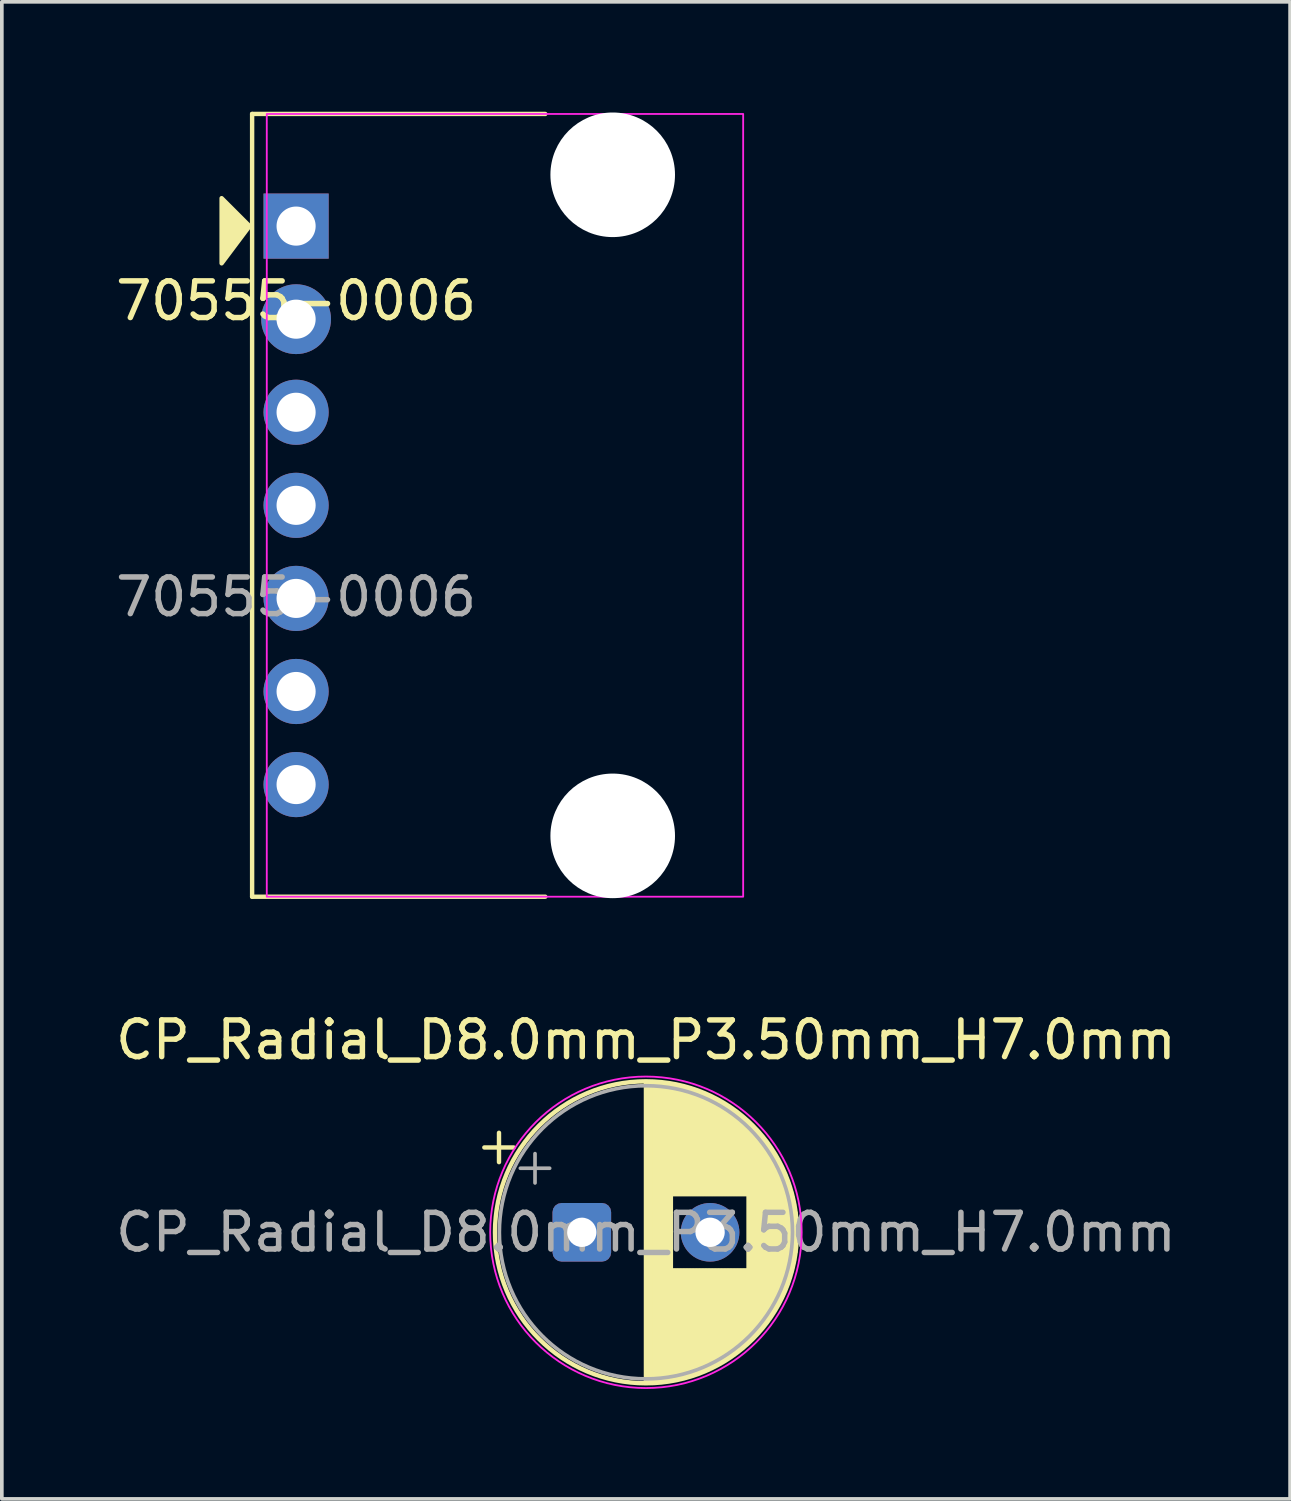
<source format=kicad_pcb>
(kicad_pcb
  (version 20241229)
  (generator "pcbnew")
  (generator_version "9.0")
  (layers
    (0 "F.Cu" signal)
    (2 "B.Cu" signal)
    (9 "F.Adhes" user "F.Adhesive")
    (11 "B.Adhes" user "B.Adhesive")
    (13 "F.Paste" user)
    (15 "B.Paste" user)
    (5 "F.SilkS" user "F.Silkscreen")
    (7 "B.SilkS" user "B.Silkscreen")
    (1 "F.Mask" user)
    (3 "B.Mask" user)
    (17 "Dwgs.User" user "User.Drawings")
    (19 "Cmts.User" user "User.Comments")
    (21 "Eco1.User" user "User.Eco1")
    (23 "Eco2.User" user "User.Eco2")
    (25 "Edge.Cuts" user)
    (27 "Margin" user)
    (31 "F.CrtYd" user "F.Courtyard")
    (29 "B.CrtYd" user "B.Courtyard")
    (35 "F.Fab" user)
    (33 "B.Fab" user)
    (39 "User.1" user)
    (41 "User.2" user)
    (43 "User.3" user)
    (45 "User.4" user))
  (footprint "70555-0006"
    (layer "F.Cu")
    (at 5.03 10.74)
    (property "Reference" "70555-0006" (at 0 -5.58 0) (unlocked yes) (layer "F.SilkS") (effects (font (size 1 1) (thickness 0.15))))
    (attr through_hole)
    (fp_line (start -1.2 -10.68) (end -1.2 10.68) (stroke (width 0.12) (type solid)) (layer "F.SilkS"))
    (fp_line (start -1.2 10.68) (end 6.8 10.68) (stroke (width 0.12) (type solid)) (layer "F.SilkS"))
    (fp_line (start 6.8 -10.68) (end -1.2 -10.68) (stroke (width 0.12) (type solid)) (layer "F.SilkS"))
    (fp_poly (pts (xy -1.27 -7.62) (xy -2.032 -6.604) (xy -2.032 -8.382)) (stroke (width 0.12) (type solid)) (fill yes) (layer "F.SilkS"))
    (fp_rect (start -0.8 -10.68) (end 12.2 10.68) (stroke (width 0.05) (type solid)) (fill no) (layer "F.CrtYd"))
    (fp_text user "${REFERENCE}" (at 0 2.5 0) (unlocked yes) (layer "F.Fab") (effects (font (size 1 1) (thickness 0.15))))
    (pad "" np_thru_hole circle (at 8.64 -9.02) (size 3.4 3.4) (drill 3.4) (layers "*.Cu" "*.Mask"))
    (pad "" np_thru_hole circle (at 8.64 9.02) (size 3.4 3.4) (drill 3.4) (layers "*.Cu" "*.Mask"))
    (pad "1" thru_hole rect (at 0 -7.62) (size 1.778 1.778) (drill 1.067) (layers "*.Cu" "*.Mask"))
    (pad "2" thru_hole circle (at 0 -5.08) (size 1.905 1.905) (drill 1.067) (layers "*.Cu" "*.Mask"))
    (pad "3" thru_hole circle (at 0 -2.54) (size 1.778 1.778) (drill 1.067) (layers "*.Cu" "*.Mask"))
    (pad "4" thru_hole circle (at 0 0) (size 1.778 1.778) (drill 1.067) (layers "*.Cu" "*.Mask"))
    (pad "5" thru_hole circle (at 0 2.54) (size 1.778 1.778) (drill 1.067) (layers "*.Cu" "*.Mask"))
    (pad "6" thru_hole circle (at 0 5.08) (size 1.778 1.778) (drill 1.067) (layers "*.Cu" "*.Mask"))
    (pad "7" thru_hole circle (at 0 7.62) (size 1.778 1.778) (drill 1.067) (layers "*.Cu" "*.Mask")))
  (footprint "CP_Radial_D8.0mm_P3.50mm_H7.0mm"
    (layer "F.Cu")
    (at 12.827 30.578)
    (property "Reference" "CP_Radial_D8.0mm_P3.50mm_H7.0mm" (at 1.75 -5.25 0) (layer "F.SilkS") (effects (font (size 1 1) (thickness 0.15))))
    (attr through_hole)
    (fp_line (start -2.66 -2.315) (end -1.86 -2.315) (stroke (width 0.12) (type solid)) (layer "F.SilkS"))
    (fp_line (start -2.26 -2.715) (end -2.26 -1.915) (stroke (width 0.12) (type solid)) (layer "F.SilkS"))
    (fp_line (start 1.75 -4.08) (end 1.75 4.08) (stroke (width 0.12) (type solid)) (layer "F.SilkS"))
    (fp_line (start 1.79 -4.08) (end 1.79 4.08) (stroke (width 0.12) (type solid)) (layer "F.SilkS"))
    (fp_line (start 1.83 -4.079) (end 1.83 4.079) (stroke (width 0.12) (type solid)) (layer "F.SilkS"))
    (fp_line (start 1.87 -4.078) (end 1.87 4.078) (stroke (width 0.12) (type solid)) (layer "F.SilkS"))
    (fp_line (start 1.91 -4.077) (end 1.91 4.077) (stroke (width 0.12) (type solid)) (layer "F.SilkS"))
    (fp_line (start 1.95 -4.075) (end 1.95 4.075) (stroke (width 0.12) (type solid)) (layer "F.SilkS"))
    (fp_line (start 1.99 -4.073) (end 1.99 4.073) (stroke (width 0.12) (type solid)) (layer "F.SilkS"))
    (fp_line (start 2.03 -4.07) (end 2.03 4.07) (stroke (width 0.12) (type solid)) (layer "F.SilkS"))
    (fp_line (start 2.07 -4.068) (end 2.07 4.068) (stroke (width 0.12) (type solid)) (layer "F.SilkS"))
    (fp_line (start 2.11 -4.064) (end 2.11 4.064) (stroke (width 0.12) (type solid)) (layer "F.SilkS"))
    (fp_line (start 2.15 -4.061) (end 2.15 4.061) (stroke (width 0.12) (type solid)) (layer "F.SilkS"))
    (fp_line (start 2.19 -4.056) (end 2.19 4.056) (stroke (width 0.12) (type solid)) (layer "F.SilkS"))
    (fp_line (start 2.23 -4.052) (end 2.23 4.052) (stroke (width 0.12) (type solid)) (layer "F.SilkS"))
    (fp_line (start 2.27 -4.047) (end 2.27 4.047) (stroke (width 0.12) (type solid)) (layer "F.SilkS"))
    (fp_line (start 2.31 -4.042) (end 2.31 4.042) (stroke (width 0.12) (type solid)) (layer "F.SilkS"))
    (fp_line (start 2.35 -4.036) (end 2.35 4.036) (stroke (width 0.12) (type solid)) (layer "F.SilkS"))
    (fp_line (start 2.39 -4.03) (end 2.39 4.03) (stroke (width 0.12) (type solid)) (layer "F.SilkS"))
    (fp_line (start 2.43 -4.023) (end 2.43 4.023) (stroke (width 0.12) (type solid)) (layer "F.SilkS"))
    (fp_line (start 2.47 -4.017) (end 2.47 -1.04) (stroke (width 0.12) (type solid)) (layer "F.SilkS"))
    (fp_line (start 2.47 1.04) (end 2.47 4.017) (stroke (width 0.12) (type solid)) (layer "F.SilkS"))
    (fp_line (start 2.51 -4.009) (end 2.51 -1.04) (stroke (width 0.12) (type solid)) (layer "F.SilkS"))
    (fp_line (start 2.51 1.04) (end 2.51 4.009) (stroke (width 0.12) (type solid)) (layer "F.SilkS"))
    (fp_line (start 2.55 -4.002) (end 2.55 -1.04) (stroke (width 0.12) (type solid)) (layer "F.SilkS"))
    (fp_line (start 2.55 1.04) (end 2.55 4.002) (stroke (width 0.12) (type solid)) (layer "F.SilkS"))
    (fp_line (start 2.59 -3.993) (end 2.59 -1.04) (stroke (width 0.12) (type solid)) (layer "F.SilkS"))
    (fp_line (start 2.59 1.04) (end 2.59 3.993) (stroke (width 0.12) (type solid)) (layer "F.SilkS"))
    (fp_line (start 2.63 -3.985) (end 2.63 -1.04) (stroke (width 0.12) (type solid)) (layer "F.SilkS"))
    (fp_line (start 2.63 1.04) (end 2.63 3.985) (stroke (width 0.12) (type solid)) (layer "F.SilkS"))
    (fp_line (start 2.67 -3.976) (end 2.67 -1.04) (stroke (width 0.12) (type solid)) (layer "F.SilkS"))
    (fp_line (start 2.67 1.04) (end 2.67 3.976) (stroke (width 0.12) (type solid)) (layer "F.SilkS"))
    (fp_line (start 2.71 -3.967) (end 2.71 -1.04) (stroke (width 0.12) (type solid)) (layer "F.SilkS"))
    (fp_line (start 2.71 1.04) (end 2.71 3.967) (stroke (width 0.12) (type solid)) (layer "F.SilkS"))
    (fp_line (start 2.75 -3.957) (end 2.75 -1.04) (stroke (width 0.12) (type solid)) (layer "F.SilkS"))
    (fp_line (start 2.75 1.04) (end 2.75 3.957) (stroke (width 0.12) (type solid)) (layer "F.SilkS"))
    (fp_line (start 2.79 -3.947) (end 2.79 -1.04) (stroke (width 0.12) (type solid)) (layer "F.SilkS"))
    (fp_line (start 2.79 1.04) (end 2.79 3.947) (stroke (width 0.12) (type solid)) (layer "F.SilkS"))
    (fp_line (start 2.83 -3.936) (end 2.83 -1.04) (stroke (width 0.12) (type solid)) (layer "F.SilkS"))
    (fp_line (start 2.83 1.04) (end 2.83 3.936) (stroke (width 0.12) (type solid)) (layer "F.SilkS"))
    (fp_line (start 2.87 -3.925) (end 2.87 -1.04) (stroke (width 0.12) (type solid)) (layer "F.SilkS"))
    (fp_line (start 2.87 1.04) (end 2.87 3.925) (stroke (width 0.12) (type solid)) (layer "F.SilkS"))
    (fp_line (start 2.91 -3.913) (end 2.91 -1.04) (stroke (width 0.12) (type solid)) (layer "F.SilkS"))
    (fp_line (start 2.91 1.04) (end 2.91 3.913) (stroke (width 0.12) (type solid)) (layer "F.SilkS"))
    (fp_line (start 2.95 -3.901) (end 2.95 -1.04) (stroke (width 0.12) (type solid)) (layer "F.SilkS"))
    (fp_line (start 2.95 1.04) (end 2.95 3.901) (stroke (width 0.12) (type solid)) (layer "F.SilkS"))
    (fp_line (start 2.99 -3.889) (end 2.99 -1.04) (stroke (width 0.12) (type solid)) (layer "F.SilkS"))
    (fp_line (start 2.99 1.04) (end 2.99 3.889) (stroke (width 0.12) (type solid)) (layer "F.SilkS"))
    (fp_line (start 3.03 -3.876) (end 3.03 -1.04) (stroke (width 0.12) (type solid)) (layer "F.SilkS"))
    (fp_line (start 3.03 1.04) (end 3.03 3.876) (stroke (width 0.12) (type solid)) (layer "F.SilkS"))
    (fp_line (start 3.07 -3.863) (end 3.07 -1.04) (stroke (width 0.12) (type solid)) (layer "F.SilkS"))
    (fp_line (start 3.07 1.04) (end 3.07 3.863) (stroke (width 0.12) (type solid)) (layer "F.SilkS"))
    (fp_line (start 3.11 -3.849) (end 3.11 -1.04) (stroke (width 0.12) (type solid)) (layer "F.SilkS"))
    (fp_line (start 3.11 1.04) (end 3.11 3.849) (stroke (width 0.12) (type solid)) (layer "F.SilkS"))
    (fp_line (start 3.15 -3.835) (end 3.15 -1.04) (stroke (width 0.12) (type solid)) (layer "F.SilkS"))
    (fp_line (start 3.15 1.04) (end 3.15 3.835) (stroke (width 0.12) (type solid)) (layer "F.SilkS"))
    (fp_line (start 3.19 -3.82) (end 3.19 -1.04) (stroke (width 0.12) (type solid)) (layer "F.SilkS"))
    (fp_line (start 3.19 1.04) (end 3.19 3.82) (stroke (width 0.12) (type solid)) (layer "F.SilkS"))
    (fp_line (start 3.23 -3.805) (end 3.23 -1.04) (stroke (width 0.12) (type solid)) (layer "F.SilkS"))
    (fp_line (start 3.23 1.04) (end 3.23 3.805) (stroke (width 0.12) (type solid)) (layer "F.SilkS"))
    (fp_line (start 3.27 -3.789) (end 3.27 -1.04) (stroke (width 0.12) (type solid)) (layer "F.SilkS"))
    (fp_line (start 3.27 1.04) (end 3.27 3.789) (stroke (width 0.12) (type solid)) (layer "F.SilkS"))
    (fp_line (start 3.31 -3.773) (end 3.31 -1.04) (stroke (width 0.12) (type solid)) (layer "F.SilkS"))
    (fp_line (start 3.31 1.04) (end 3.31 3.773) (stroke (width 0.12) (type solid)) (layer "F.SilkS"))
    (fp_line (start 3.35 -3.757) (end 3.35 -1.04) (stroke (width 0.12) (type solid)) (layer "F.SilkS"))
    (fp_line (start 3.35 1.04) (end 3.35 3.757) (stroke (width 0.12) (type solid)) (layer "F.SilkS"))
    (fp_line (start 3.39 -3.74) (end 3.39 -1.04) (stroke (width 0.12) (type solid)) (layer "F.SilkS"))
    (fp_line (start 3.39 1.04) (end 3.39 3.74) (stroke (width 0.12) (type solid)) (layer "F.SilkS"))
    (fp_line (start 3.43 -3.722) (end 3.43 -1.04) (stroke (width 0.12) (type solid)) (layer "F.SilkS"))
    (fp_line (start 3.43 1.04) (end 3.43 3.722) (stroke (width 0.12) (type solid)) (layer "F.SilkS"))
    (fp_line (start 3.47 -3.704) (end 3.47 -1.04) (stroke (width 0.12) (type solid)) (layer "F.SilkS"))
    (fp_line (start 3.47 1.04) (end 3.47 3.704) (stroke (width 0.12) (type solid)) (layer "F.SilkS"))
    (fp_line (start 3.51 -3.685) (end 3.51 -1.04) (stroke (width 0.12) (type solid)) (layer "F.SilkS"))
    (fp_line (start 3.51 1.04) (end 3.51 3.685) (stroke (width 0.12) (type solid)) (layer "F.SilkS"))
    (fp_line (start 3.55 -3.666) (end 3.55 -1.04) (stroke (width 0.12) (type solid)) (layer "F.SilkS"))
    (fp_line (start 3.55 1.04) (end 3.55 3.666) (stroke (width 0.12) (type solid)) (layer "F.SilkS"))
    (fp_line (start 3.59 -3.646) (end 3.59 -1.04) (stroke (width 0.12) (type solid)) (layer "F.SilkS"))
    (fp_line (start 3.59 1.04) (end 3.59 3.646) (stroke (width 0.12) (type solid)) (layer "F.SilkS"))
    (fp_line (start 3.63 -3.626) (end 3.63 -1.04) (stroke (width 0.12) (type solid)) (layer "F.SilkS"))
    (fp_line (start 3.63 1.04) (end 3.63 3.626) (stroke (width 0.12) (type solid)) (layer "F.SilkS"))
    (fp_line (start 3.67 -3.605) (end 3.67 -1.04) (stroke (width 0.12) (type solid)) (layer "F.SilkS"))
    (fp_line (start 3.67 1.04) (end 3.67 3.605) (stroke (width 0.12) (type solid)) (layer "F.SilkS"))
    (fp_line (start 3.71 -3.584) (end 3.71 -1.04) (stroke (width 0.12) (type solid)) (layer "F.SilkS"))
    (fp_line (start 3.71 1.04) (end 3.71 3.584) (stroke (width 0.12) (type solid)) (layer "F.SilkS"))
    (fp_line (start 3.75 -3.562) (end 3.75 -1.04) (stroke (width 0.12) (type solid)) (layer "F.SilkS"))
    (fp_line (start 3.75 1.04) (end 3.75 3.562) (stroke (width 0.12) (type solid)) (layer "F.SilkS"))
    (fp_line (start 3.79 -3.539) (end 3.79 -1.04) (stroke (width 0.12) (type solid)) (layer "F.SilkS"))
    (fp_line (start 3.79 1.04) (end 3.79 3.539) (stroke (width 0.12) (type solid)) (layer "F.SilkS"))
    (fp_line (start 3.83 -3.516) (end 3.83 -1.04) (stroke (width 0.12) (type solid)) (layer "F.SilkS"))
    (fp_line (start 3.83 1.04) (end 3.83 3.516) (stroke (width 0.12) (type solid)) (layer "F.SilkS"))
    (fp_line (start 3.87 -3.493) (end 3.87 -1.04) (stroke (width 0.12) (type solid)) (layer "F.SilkS"))
    (fp_line (start 3.87 1.04) (end 3.87 3.493) (stroke (width 0.12) (type solid)) (layer "F.SilkS"))
    (fp_line (start 3.91 -3.468) (end 3.91 -1.04) (stroke (width 0.12) (type solid)) (layer "F.SilkS"))
    (fp_line (start 3.91 1.04) (end 3.91 3.468) (stroke (width 0.12) (type solid)) (layer "F.SilkS"))
    (fp_line (start 3.95 -3.443) (end 3.95 -1.04) (stroke (width 0.12) (type solid)) (layer "F.SilkS"))
    (fp_line (start 3.95 1.04) (end 3.95 3.443) (stroke (width 0.12) (type solid)) (layer "F.SilkS"))
    (fp_line (start 3.99 -3.418) (end 3.99 -1.04) (stroke (width 0.12) (type solid)) (layer "F.SilkS"))
    (fp_line (start 3.99 1.04) (end 3.99 3.418) (stroke (width 0.12) (type solid)) (layer "F.SilkS"))
    (fp_line (start 4.03 -3.392) (end 4.03 -1.04) (stroke (width 0.12) (type solid)) (layer "F.SilkS"))
    (fp_line (start 4.03 1.04) (end 4.03 3.392) (stroke (width 0.12) (type solid)) (layer "F.SilkS"))
    (fp_line (start 4.07 -3.365) (end 4.07 -1.04) (stroke (width 0.12) (type solid)) (layer "F.SilkS"))
    (fp_line (start 4.07 1.04) (end 4.07 3.365) (stroke (width 0.12) (type solid)) (layer "F.SilkS"))
    (fp_line (start 4.11 -3.337) (end 4.11 -1.04) (stroke (width 0.12) (type solid)) (layer "F.SilkS"))
    (fp_line (start 4.11 1.04) (end 4.11 3.337) (stroke (width 0.12) (type solid)) (layer "F.SilkS"))
    (fp_line (start 4.15 -3.309) (end 4.15 -1.04) (stroke (width 0.12) (type solid)) (layer "F.SilkS"))
    (fp_line (start 4.15 1.04) (end 4.15 3.309) (stroke (width 0.12) (type solid)) (layer "F.SilkS"))
    (fp_line (start 4.19 -3.28) (end 4.19 -1.04) (stroke (width 0.12) (type solid)) (layer "F.SilkS"))
    (fp_line (start 4.19 1.04) (end 4.19 3.28) (stroke (width 0.12) (type solid)) (layer "F.SilkS"))
    (fp_line (start 4.23 -3.25) (end 4.23 -1.04) (stroke (width 0.12) (type solid)) (layer "F.SilkS"))
    (fp_line (start 4.23 1.04) (end 4.23 3.25) (stroke (width 0.12) (type solid)) (layer "F.SilkS"))
    (fp_line (start 4.27 -3.219) (end 4.27 -1.04) (stroke (width 0.12) (type solid)) (layer "F.SilkS"))
    (fp_line (start 4.27 1.04) (end 4.27 3.219) (stroke (width 0.12) (type solid)) (layer "F.SilkS"))
    (fp_line (start 4.31 -3.188) (end 4.31 -1.04) (stroke (width 0.12) (type solid)) (layer "F.SilkS"))
    (fp_line (start 4.31 1.04) (end 4.31 3.188) (stroke (width 0.12) (type solid)) (layer "F.SilkS"))
    (fp_line (start 4.35 -3.156) (end 4.35 -1.04) (stroke (width 0.12) (type solid)) (layer "F.SilkS"))
    (fp_line (start 4.35 1.04) (end 4.35 3.156) (stroke (width 0.12) (type solid)) (layer "F.SilkS"))
    (fp_line (start 4.39 -3.123) (end 4.39 -1.04) (stroke (width 0.12) (type solid)) (layer "F.SilkS"))
    (fp_line (start 4.39 1.04) (end 4.39 3.123) (stroke (width 0.12) (type solid)) (layer "F.SilkS"))
    (fp_line (start 4.43 -3.089) (end 4.43 -1.04) (stroke (width 0.12) (type solid)) (layer "F.SilkS"))
    (fp_line (start 4.43 1.04) (end 4.43 3.089) (stroke (width 0.12) (type solid)) (layer "F.SilkS"))
    (fp_line (start 4.47 -3.055) (end 4.47 -1.04) (stroke (width 0.12) (type solid)) (layer "F.SilkS"))
    (fp_line (start 4.47 1.04) (end 4.47 3.055) (stroke (width 0.12) (type solid)) (layer "F.SilkS"))
    (fp_line (start 4.51 -3.019) (end 4.51 -1.04) (stroke (width 0.12) (type solid)) (layer "F.SilkS"))
    (fp_line (start 4.51 1.04) (end 4.51 3.019) (stroke (width 0.12) (type solid)) (layer "F.SilkS"))
    (fp_line (start 4.55 -2.982) (end 4.55 2.982) (stroke (width 0.12) (type solid)) (layer "F.SilkS"))
    (fp_line (start 4.59 -2.945) (end 4.59 2.945) (stroke (width 0.12) (type solid)) (layer "F.SilkS"))
    (fp_line (start 4.63 -2.906) (end 4.63 2.906) (stroke (width 0.12) (type solid)) (layer "F.SilkS"))
    (fp_line (start 4.67 -2.867) (end 4.67 2.867) (stroke (width 0.12) (type solid)) (layer "F.SilkS"))
    (fp_line (start 4.71 -2.826) (end 4.71 2.826) (stroke (width 0.12) (type solid)) (layer "F.SilkS"))
    (fp_line (start 4.75 -2.784) (end 4.75 2.784) (stroke (width 0.12) (type solid)) (layer "F.SilkS"))
    (fp_line (start 4.79 -2.741) (end 4.79 2.741) (stroke (width 0.12) (type solid)) (layer "F.SilkS"))
    (fp_line (start 4.83 -2.696) (end 4.83 2.696) (stroke (width 0.12) (type solid)) (layer "F.SilkS"))
    (fp_line (start 4.87 -2.651) (end 4.87 2.651) (stroke (width 0.12) (type solid)) (layer "F.SilkS"))
    (fp_line (start 4.91 -2.604) (end 4.91 2.604) (stroke (width 0.12) (type solid)) (layer "F.SilkS"))
    (fp_line (start 4.95 -2.555) (end 4.95 2.555) (stroke (width 0.12) (type solid)) (layer "F.SilkS"))
    (fp_line (start 4.99 -2.505) (end 4.99 2.505) (stroke (width 0.12) (type solid)) (layer "F.SilkS"))
    (fp_line (start 5.03 -2.453) (end 5.03 2.453) (stroke (width 0.12) (type solid)) (layer "F.SilkS"))
    (fp_line (start 5.07 -2.4) (end 5.07 2.4) (stroke (width 0.12) (type solid)) (layer "F.SilkS"))
    (fp_line (start 5.11 -2.344) (end 5.11 2.344) (stroke (width 0.12) (type solid)) (layer "F.SilkS"))
    (fp_line (start 5.15 -2.287) (end 5.15 2.287) (stroke (width 0.12) (type solid)) (layer "F.SilkS"))
    (fp_line (start 5.19 -2.227) (end 5.19 2.227) (stroke (width 0.12) (type solid)) (layer "F.SilkS"))
    (fp_line (start 5.23 -2.165) (end 5.23 2.165) (stroke (width 0.12) (type solid)) (layer "F.SilkS"))
    (fp_line (start 5.27 -2.101) (end 5.27 2.101) (stroke (width 0.12) (type solid)) (layer "F.SilkS"))
    (fp_line (start 5.31 -2.034) (end 5.31 2.034) (stroke (width 0.12) (type solid)) (layer "F.SilkS"))
    (fp_line (start 5.35 -1.964) (end 5.35 1.964) (stroke (width 0.12) (type solid)) (layer "F.SilkS"))
    (fp_line (start 5.39 -1.89) (end 5.39 1.89) (stroke (width 0.12) (type solid)) (layer "F.SilkS"))
    (fp_line (start 5.43 -1.813) (end 5.43 1.813) (stroke (width 0.12) (type solid)) (layer "F.SilkS"))
    (fp_line (start 5.47 -1.731) (end 5.47 1.731) (stroke (width 0.12) (type solid)) (layer "F.SilkS"))
    (fp_line (start 5.51 -1.644) (end 5.51 1.644) (stroke (width 0.12) (type solid)) (layer "F.SilkS"))
    (fp_line (start 5.55 -1.552) (end 5.55 1.552) (stroke (width 0.12) (type solid)) (layer "F.SilkS"))
    (fp_line (start 5.59 -1.453) (end 5.59 1.453) (stroke (width 0.12) (type solid)) (layer "F.SilkS"))
    (fp_line (start 5.63 -1.346) (end 5.63 1.346) (stroke (width 0.12) (type solid)) (layer "F.SilkS"))
    (fp_line (start 5.67 -1.228) (end 5.67 1.228) (stroke (width 0.12) (type solid)) (layer "F.SilkS"))
    (fp_line (start 5.71 -1.097) (end 5.71 1.097) (stroke (width 0.12) (type solid)) (layer "F.SilkS"))
    (fp_line (start 5.75 -0.947) (end 5.75 0.947) (stroke (width 0.12) (type solid)) (layer "F.SilkS"))
    (fp_line (start 5.79 -0.768) (end 5.79 0.768) (stroke (width 0.12) (type solid)) (layer "F.SilkS"))
    (fp_line (start 5.83 -0.533) (end 5.83 0.533) (stroke (width 0.12) (type solid)) (layer "F.SilkS"))
    (fp_circle (center 1.75 0) (end 5.87 0) (stroke (width 0.12) (type solid)) (fill no) (layer "F.SilkS"))
    (fp_circle (center 1.75 0) (end 6 0) (stroke (width 0.05) (type solid)) (fill no) (layer "F.CrtYd"))
    (fp_line (start -1.677 -1.748) (end -0.877 -1.748) (stroke (width 0.1) (type solid)) (layer "F.Fab"))
    (fp_line (start -1.277 -2.147) (end -1.277 -1.347) (stroke (width 0.1) (type solid)) (layer "F.Fab"))
    (fp_circle (center 1.75 0) (end 5.75 0) (stroke (width 0.1) (type solid)) (fill no) (layer "F.Fab"))
    (fp_text user "${REFERENCE}" (at 1.75 0 0) (layer "F.Fab") (effects (font (size 1 1) (thickness 0.15))))
    (pad "1" thru_hole roundrect (at 0 0) (size 1.6 1.6) (drill 0.8) (layers "*.Cu" "*.Mask") (roundrect_rratio 0.156))
    (pad "2" thru_hole circle (at 3.5 0) (size 1.6 1.6) (drill 0.8) (layers "*.Cu" "*.Mask")))
  (gr_rect
    (start -3 -3)
    (end 32.155 37.853)
    (stroke (width 0.1) (type default))
    (fill no)
    (layer "Edge.Cuts")))
</source>
